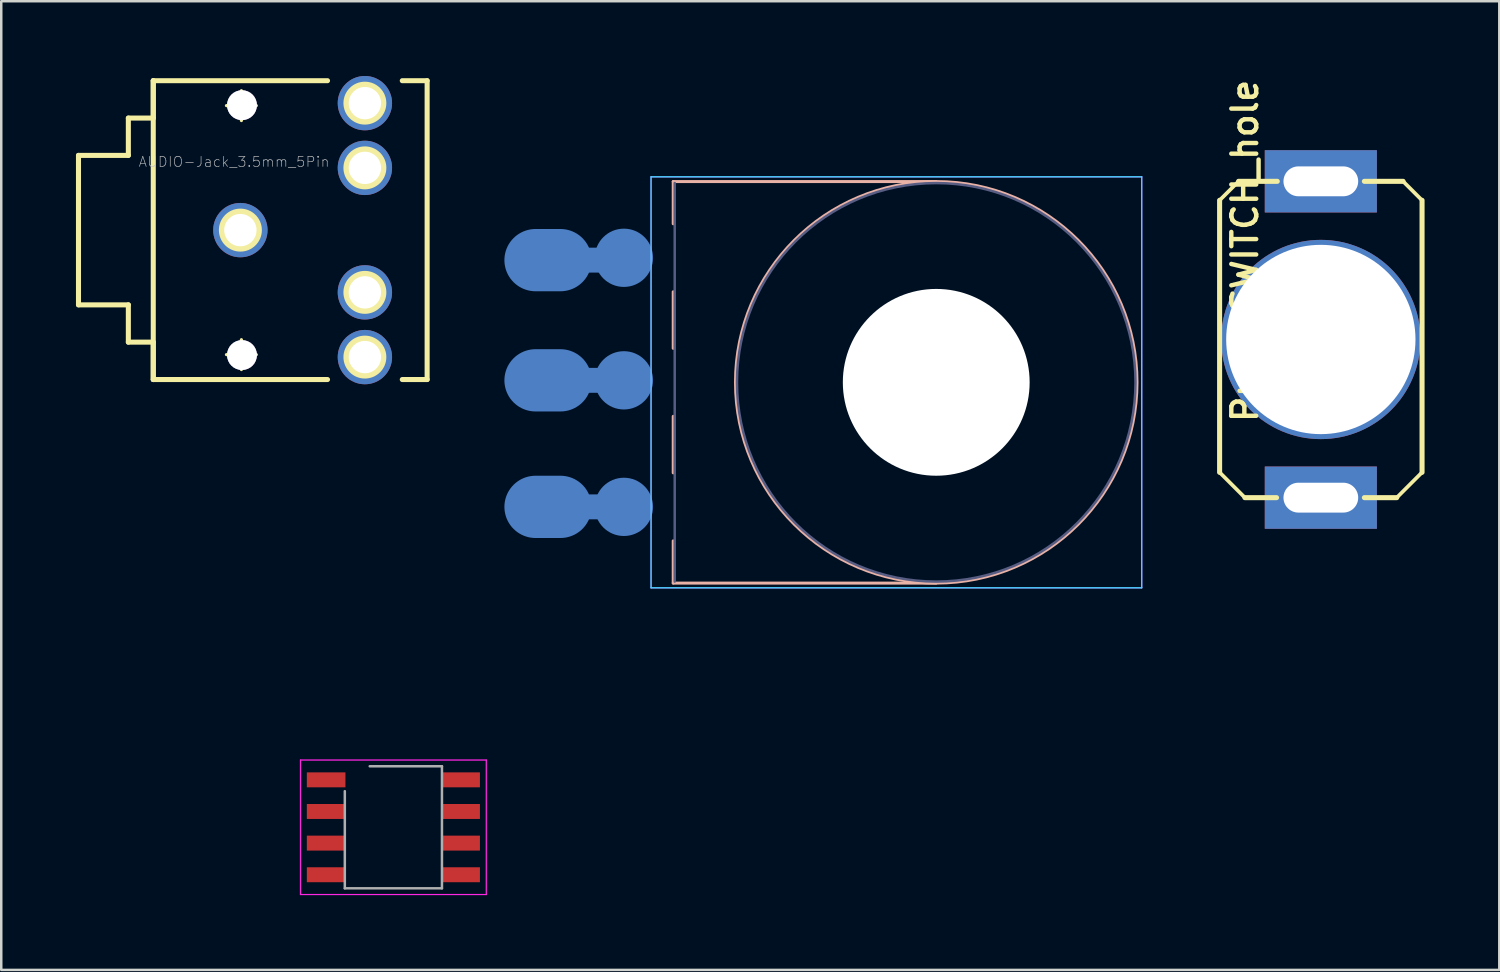
<source format=kicad_pcb>
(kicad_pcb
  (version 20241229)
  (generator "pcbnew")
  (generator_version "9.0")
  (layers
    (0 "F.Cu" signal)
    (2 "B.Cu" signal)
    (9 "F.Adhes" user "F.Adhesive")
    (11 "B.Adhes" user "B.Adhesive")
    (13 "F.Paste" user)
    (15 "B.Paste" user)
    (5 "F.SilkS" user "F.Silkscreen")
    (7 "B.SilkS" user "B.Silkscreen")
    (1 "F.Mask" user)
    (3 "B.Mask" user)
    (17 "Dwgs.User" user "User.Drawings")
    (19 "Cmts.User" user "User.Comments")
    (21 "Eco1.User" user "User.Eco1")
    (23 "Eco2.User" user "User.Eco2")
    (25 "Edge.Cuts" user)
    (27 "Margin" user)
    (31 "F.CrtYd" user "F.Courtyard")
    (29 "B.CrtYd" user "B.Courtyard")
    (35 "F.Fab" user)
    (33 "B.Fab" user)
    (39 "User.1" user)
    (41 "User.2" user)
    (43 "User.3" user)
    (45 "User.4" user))
  (footprint "AUDIO-Jack_3.5mm_5Pin"
    (layer "F.Cu")
    (at 6.601 6.189)
    (property "Reference" "AUDIO-Jack_3.5mm_5Pin" (at -0.254 -2.743 0) (layer "Dwgs.User") (effects (font (size 0.406 0.406) (thickness 0.025))))
    (attr exclude_from_pos_files exclude_from_bom)
    (fp_line (start -6.5 -3) (end -6.5 3) (stroke (width 0.203) (type solid)) (layer "F.SilkS"))
    (fp_line (start -6.5 -3) (end -4.498 -3) (stroke (width 0.203) (type solid)) (layer "F.SilkS"))
    (fp_line (start -6.5 3) (end -4.498 3) (stroke (width 0.203) (type solid)) (layer "F.SilkS"))
    (fp_line (start -4.498 -4.498) (end -4.498 -3) (stroke (width 0.203) (type solid)) (layer "F.SilkS"))
    (fp_line (start -4.498 -4.498) (end -3.498 -4.498) (stroke (width 0.203) (type solid)) (layer "F.SilkS"))
    (fp_line (start -4.498 3) (end -4.498 4.498) (stroke (width 0.203) (type solid)) (layer "F.SilkS"))
    (fp_line (start -4.498 4.498) (end -3.498 4.498) (stroke (width 0.203) (type solid)) (layer "F.SilkS"))
    (fp_line (start -3.498 -5.999) (end -3.498 -4.498) (stroke (width 0.203) (type solid)) (layer "F.SilkS"))
    (fp_line (start -3.498 -5.999) (end -3.498 5.999) (stroke (width 0.203) (type solid)) (layer "F.SilkS"))
    (fp_line (start -3.498 -5.999) (end 3.498 -5.999) (stroke (width 0.203) (type solid)) (layer "F.SilkS"))
    (fp_line (start -3.498 4.498) (end -3.498 5.999) (stroke (width 0.203) (type solid)) (layer "F.SilkS"))
    (fp_line (start -3.498 5.999) (end 3.498 5.999) (stroke (width 0.203) (type solid)) (layer "F.SilkS"))
    (fp_line (start -0.559 -4.999) (end 0.64 -4.999) (stroke (width 0.127) (type solid)) (layer "F.SilkS"))
    (fp_line (start -0.559 4.999) (end 0.64 4.999) (stroke (width 0.127) (type solid)) (layer "F.SilkS"))
    (fp_line (start 0.041 -4.399) (end 0.041 -5.598) (stroke (width 0.127) (type solid)) (layer "F.SilkS"))
    (fp_line (start 0.041 5.598) (end 0.041 4.399) (stroke (width 0.127) (type solid)) (layer "F.SilkS"))
    (fp_line (start 7.498 -5.999) (end 6.5 -5.999) (stroke (width 0.203) (type solid)) (layer "F.SilkS"))
    (fp_line (start 7.498 -5.999) (end 7.498 5.999) (stroke (width 0.203) (type solid)) (layer "F.SilkS"))
    (fp_line (start 7.498 5.999) (end 6.5 5.999) (stroke (width 0.203) (type solid)) (layer "F.SilkS"))
    (fp_circle (center 0 0) (end -0.61 0.61) (stroke (width 0) (type solid)) (fill yes) (layer "F.SilkS"))
    (fp_circle (center 0 0) (end -0.33 0.33) (stroke (width 0) (type solid)) (fill yes) (layer "F.SilkS"))
    (fp_circle (center 0.041 -4.999) (end -0.259 -5.298) (stroke (width 0.127) (type solid)) (fill no) (layer "F.SilkS"))
    (fp_circle (center 0.041 4.999) (end -0.259 5.298) (stroke (width 0.127) (type solid)) (fill no) (layer "F.SilkS"))
    (fp_circle (center 4.999 -5.098) (end 5.329 -5.428) (stroke (width 0) (type solid)) (fill yes) (layer "F.SilkS"))
    (fp_circle (center 4.999 -5.098) (end 5.608 -5.707) (stroke (width 0) (type solid)) (fill yes) (layer "F.SilkS"))
    (fp_circle (center 4.999 -2.499) (end 5.329 -2.83) (stroke (width 0) (type solid)) (fill yes) (layer "F.SilkS"))
    (fp_circle (center 4.999 -2.499) (end 5.608 -3.109) (stroke (width 0) (type solid)) (fill yes) (layer "F.SilkS"))
    (fp_circle (center 4.999 2.499) (end 5.329 2.83) (stroke (width 0) (type solid)) (fill yes) (layer "F.SilkS"))
    (fp_circle (center 4.999 2.499) (end 5.608 3.109) (stroke (width 0) (type solid)) (fill yes) (layer "F.SilkS"))
    (fp_circle (center 4.999 5.098) (end 5.329 5.428) (stroke (width 0) (type solid)) (fill yes) (layer "F.SilkS"))
    (fp_circle (center 4.999 5.098) (end 5.608 5.707) (stroke (width 0) (type solid)) (fill yes) (layer "F.SilkS"))
    (pad "0" thru_hole circle (at 0.064 -5.016) (size 1.2 1.2) (drill 1.2) (layers "*.Cu" "*.Mask"))
    (pad "0" thru_hole circle (at 0.064 5.016) (size 1.2 1.2) (drill 1.2) (layers "*.Cu" "*.Mask"))
    (pad "1" thru_hole circle (at 0 0) (size 2.182 2.182) (drill 1.298) (layers "*.Cu" "*.Mask"))
    (pad "2" thru_hole circle (at 4.999 5.098) (size 2.182 2.182) (drill 1.298) (layers "*.Cu" "*.Mask"))
    (pad "3" thru_hole circle (at 4.999 -5.098) (size 2.182 2.182) (drill 1.298) (layers "*.Cu" "*.Mask"))
    (pad "5" thru_hole circle (at 4.999 2.499) (size 2.182 2.182) (drill 1.298) (layers "*.Cu" "*.Paste" "*.Mask"))
    (pad "6" thru_hole circle (at 4.999 -2.499) (size 2.182 2.182) (drill 1.298) (layers "*.Cu" "*.Paste" "*.Mask")))
  (footprint "SOIC-8_3.9x4.9mm_Pitch1.27mm"
    (layer "F.Cu")
    (at 12.744 30.165)
    (property "Reference" "SOIC-8_3.9x4.9mm_Pitch1.27mm" (at 0 1.524 180) (layer "Eco2.User") (effects (font (size 1 1) (thickness 0.15))))
    (attr smd)
    (fp_line (start -1.95 -1.45) (end -0.95 -2.45) (stroke (width 0.1) (type solid)) (layer "Eco2.User"))
    (fp_circle (center -1.016 -1.524) (end -1.27 -1.778) (stroke (width 0.15) (type solid)) (fill no) (layer "Eco2.User"))
    (fp_line (start -3.73 -2.7) (end -3.73 2.7) (stroke (width 0.05) (type solid)) (layer "F.CrtYd"))
    (fp_line (start -3.73 -2.7) (end 3.73 -2.7) (stroke (width 0.05) (type solid)) (layer "F.CrtYd"))
    (fp_line (start -3.73 2.7) (end 3.73 2.7) (stroke (width 0.05) (type solid)) (layer "F.CrtYd"))
    (fp_line (start 3.73 -2.7) (end 3.73 2.7) (stroke (width 0.05) (type solid)) (layer "F.CrtYd"))
    (fp_line (start -1.95 2.45) (end -1.95 -1.45) (stroke (width 0.1) (type solid)) (layer "F.Fab"))
    (fp_line (start -0.95 -2.45) (end 1.95 -2.45) (stroke (width 0.1) (type solid)) (layer "F.Fab"))
    (fp_line (start 1.95 -2.45) (end 1.95 2.45) (stroke (width 0.1) (type solid)) (layer "F.Fab"))
    (fp_line (start 1.95 2.45) (end -1.95 2.45) (stroke (width 0.1) (type solid)) (layer "F.Fab"))
    (pad "1" smd rect (at -2.7 -1.905) (size 1.55 0.6) (layers "F.Cu" "F.Mask" "F.Paste"))
    (pad "2" smd rect (at -2.7 -0.635) (size 1.55 0.6) (layers "F.Cu" "F.Mask" "F.Paste"))
    (pad "3" smd rect (at -2.7 0.635) (size 1.55 0.6) (layers "F.Cu" "F.Mask" "F.Paste"))
    (pad "4" smd rect (at -2.7 1.905) (size 1.55 0.6) (layers "F.Cu" "F.Mask" "F.Paste"))
    (pad "5" smd rect (at 2.7 1.905) (size 1.55 0.6) (layers "F.Cu" "F.Mask" "F.Paste"))
    (pad "6" smd rect (at 2.7 0.635) (size 1.55 0.6) (layers "F.Cu" "F.Mask" "F.Paste"))
    (pad "7" smd rect (at 2.7 -0.635) (size 1.55 0.6) (layers "F.Cu" "F.Mask" "F.Paste"))
    (pad "8" smd rect (at 2.7 -1.905) (size 1.55 0.6) (layers "F.Cu" "F.Mask" "F.Paste")))
  (footprint "Potentiometer_backPads_noHole"
    (layer "F.Cu")
    (at 24.539 17.3)
    (property "Reference" "Potentiometer_backPads_noHole" (at 15.24 -5.08 90) (layer "Eco2.User") (effects (font (size 1 1) (thickness 0.15))))
    (attr through_hole)
    (fp_line (start -0.56 -13.061) (end -0.56 -11.365) (stroke (width 0.12) (type solid)) (layer "B.SilkS"))
    (fp_line (start -0.56 -13.061) (end 10 -13.061) (stroke (width 0.12) (type solid)) (layer "B.SilkS"))
    (fp_line (start -0.56 -8.635) (end -0.56 -6.365) (stroke (width 0.12) (type solid)) (layer "B.SilkS"))
    (fp_line (start -0.56 -3.635) (end -0.56 -1.365) (stroke (width 0.12) (type solid)) (layer "B.SilkS"))
    (fp_line (start -0.56 1.365) (end -0.56 3.06) (stroke (width 0.12) (type solid)) (layer "B.SilkS"))
    (fp_line (start -0.56 3.06) (end 10 3.06) (stroke (width 0.12) (type solid)) (layer "B.SilkS"))
    (fp_circle (center 10 -5) (end 18.06 -5) (stroke (width 0.12) (type solid)) (fill no) (layer "B.SilkS"))
    (fp_line (start -1.45 -13.25) (end -1.45 3.25) (stroke (width 0.05) (type solid)) (layer "B.CrtYd"))
    (fp_line (start -1.45 3.25) (end 18.25 3.25) (stroke (width 0.05) (type solid)) (layer "B.CrtYd"))
    (fp_line (start 18.25 -13.25) (end -1.45 -13.25) (stroke (width 0.05) (type solid)) (layer "B.CrtYd"))
    (fp_line (start 18.25 3.25) (end 18.25 -13.25) (stroke (width 0.05) (type solid)) (layer "B.CrtYd"))
    (fp_line (start -1.45 -13.25) (end -1.45 3.25) (stroke (width 0.05) (type solid)) (layer "F.CrtYd"))
    (fp_line (start -1.45 3.25) (end 18.25 3.25) (stroke (width 0.05) (type solid)) (layer "F.CrtYd"))
    (fp_line (start 18.25 -13.25) (end -1.45 -13.25) (stroke (width 0.05) (type solid)) (layer "F.CrtYd"))
    (fp_line (start 18.25 3.25) (end 18.25 -13.25) (stroke (width 0.05) (type solid)) (layer "F.CrtYd"))
    (fp_line (start -0.5 -13) (end -0.5 3) (stroke (width 0.1) (type solid)) (layer "B.Fab"))
    (fp_circle (center 10 -5) (end 12 -5) (stroke (width 0.1) (type solid)) (fill no) (layer "B.Fab"))
    (fp_circle (center 10 -5) (end 13.5 -5) (stroke (width 0.1) (type solid)) (fill no) (layer "B.Fab"))
    (fp_circle (center 10 -5) (end 18 -5) (stroke (width 0.1) (type solid)) (fill no) (layer "B.Fab"))
    (pad "" smd oval (at -5.588 -9.906) (size 3.5 2.5) (layers "B.Cu" "B.Mask" "B.Paste"))
    (pad "" smd oval (at -5.588 -5.08) (size 3.5 2.5) (layers "B.Cu" "B.Mask" "B.Paste"))
    (pad "" smd oval (at -5.588 0) (size 3.5 2.5) (layers "B.Cu" "B.Mask" "B.Paste"))
    (pad "" smd rect (at -4.318 0) (size 3.5 1) (layers "B.Cu" "B.Mask" "B.Paste"))
    (pad "" smd rect (at -4.064 -9.906) (size 3.5 1) (layers "B.Cu" "B.Mask" "B.Paste"))
    (pad "" smd rect (at -4.064 -5.08) (size 3.5 1) (layers "B.Cu" "B.Mask" "B.Paste"))
    (pad "" np_thru_hole circle (at 10 -5) (size 7.5 7.5) (drill 7.5) (layers "*.Cu" "*.Mask"))
    (pad "1" smd circle (at -2.54 0) (size 2.34 2.34) (layers "B.Cu" "B.Mask" "B.Paste"))
    (pad "2" smd circle (at -2.54 -5.08) (size 2.34 2.34) (layers "B.Cu" "B.Mask" "B.Paste"))
    (pad "3" smd circle (at -2.54 -10) (size 2.34 2.34) (layers "B.Cu" "B.Mask" "B.Paste")))
  (footprint "Push_SWITCH_hole"
    (layer "F.Cu")
    (at 49.98 10.58)
    (property "Reference" "Push_SWITCH_hole" (at -3.048 -3.556 270) (layer "F.SilkS") (effects (font (size 1 1) (thickness 0.178))))
    (attr exclude_from_pos_files exclude_from_bom)
    (fp_line (start -4.064 -5.588) (end -4.064 5.334) (stroke (width 0.203) (type solid)) (layer "F.SilkS"))
    (fp_line (start -4.064 5.334) (end -3.048 6.35) (stroke (width 0.15) (type solid)) (layer "F.SilkS"))
    (fp_line (start -3.302 -6.35) (end -4.064 -5.588) (stroke (width 0.15) (type solid)) (layer "F.SilkS"))
    (fp_line (start -1.778 6.35) (end -3.048 6.35) (stroke (width 0.203) (type solid)) (layer "F.SilkS"))
    (fp_line (start -1.748 -6.35) (end -3.302 -6.35) (stroke (width 0.203) (type solid)) (layer "F.SilkS"))
    (fp_line (start 3.048 6.35) (end 1.748 6.35) (stroke (width 0.203) (type solid)) (layer "F.SilkS"))
    (fp_line (start 3.302 -6.35) (end 1.748 -6.35) (stroke (width 0.203) (type solid)) (layer "F.SilkS"))
    (fp_line (start 3.302 -6.35) (end 4.064 -5.588) (stroke (width 0.15) (type solid)) (layer "F.SilkS"))
    (fp_line (start 4.064 5.334) (end 3.048 6.35) (stroke (width 0.15) (type solid)) (layer "F.SilkS"))
    (fp_line (start 4.064 5.334) (end 4.064 -5.588) (stroke (width 0.203) (type solid)) (layer "F.SilkS"))
    (fp_circle (center 0 0) (end -1.27 2.794) (stroke (width 0.15) (type solid)) (fill no) (layer "Dwgs.User"))
    (fp_circle (center 0 0) (end -1.524 1.778) (stroke (width 0.15) (type solid)) (fill no) (layer "Eco2.User"))
    (pad "" thru_hole circle (at 0 0) (size 8 8) (drill 7.6) (layers "*.Cu" "*.Mask"))
    (pad "1" thru_hole rect (at 0 -6.35) (size 4.5 2.5) (drill oval 3 1.2) (layers "F.Cu" "F.Mask"))
    (pad "2" thru_hole rect (at 0 6.35) (size 4.5 2.5) (drill oval 3 1.2) (layers "F.Cu" "F.Mask")))
  (gr_rect
    (start -3 -3)
    (end 57.145 35.89)
    (stroke (width 0.1) (type default))
    (fill no)
    (layer "Edge.Cuts")))
</source>
